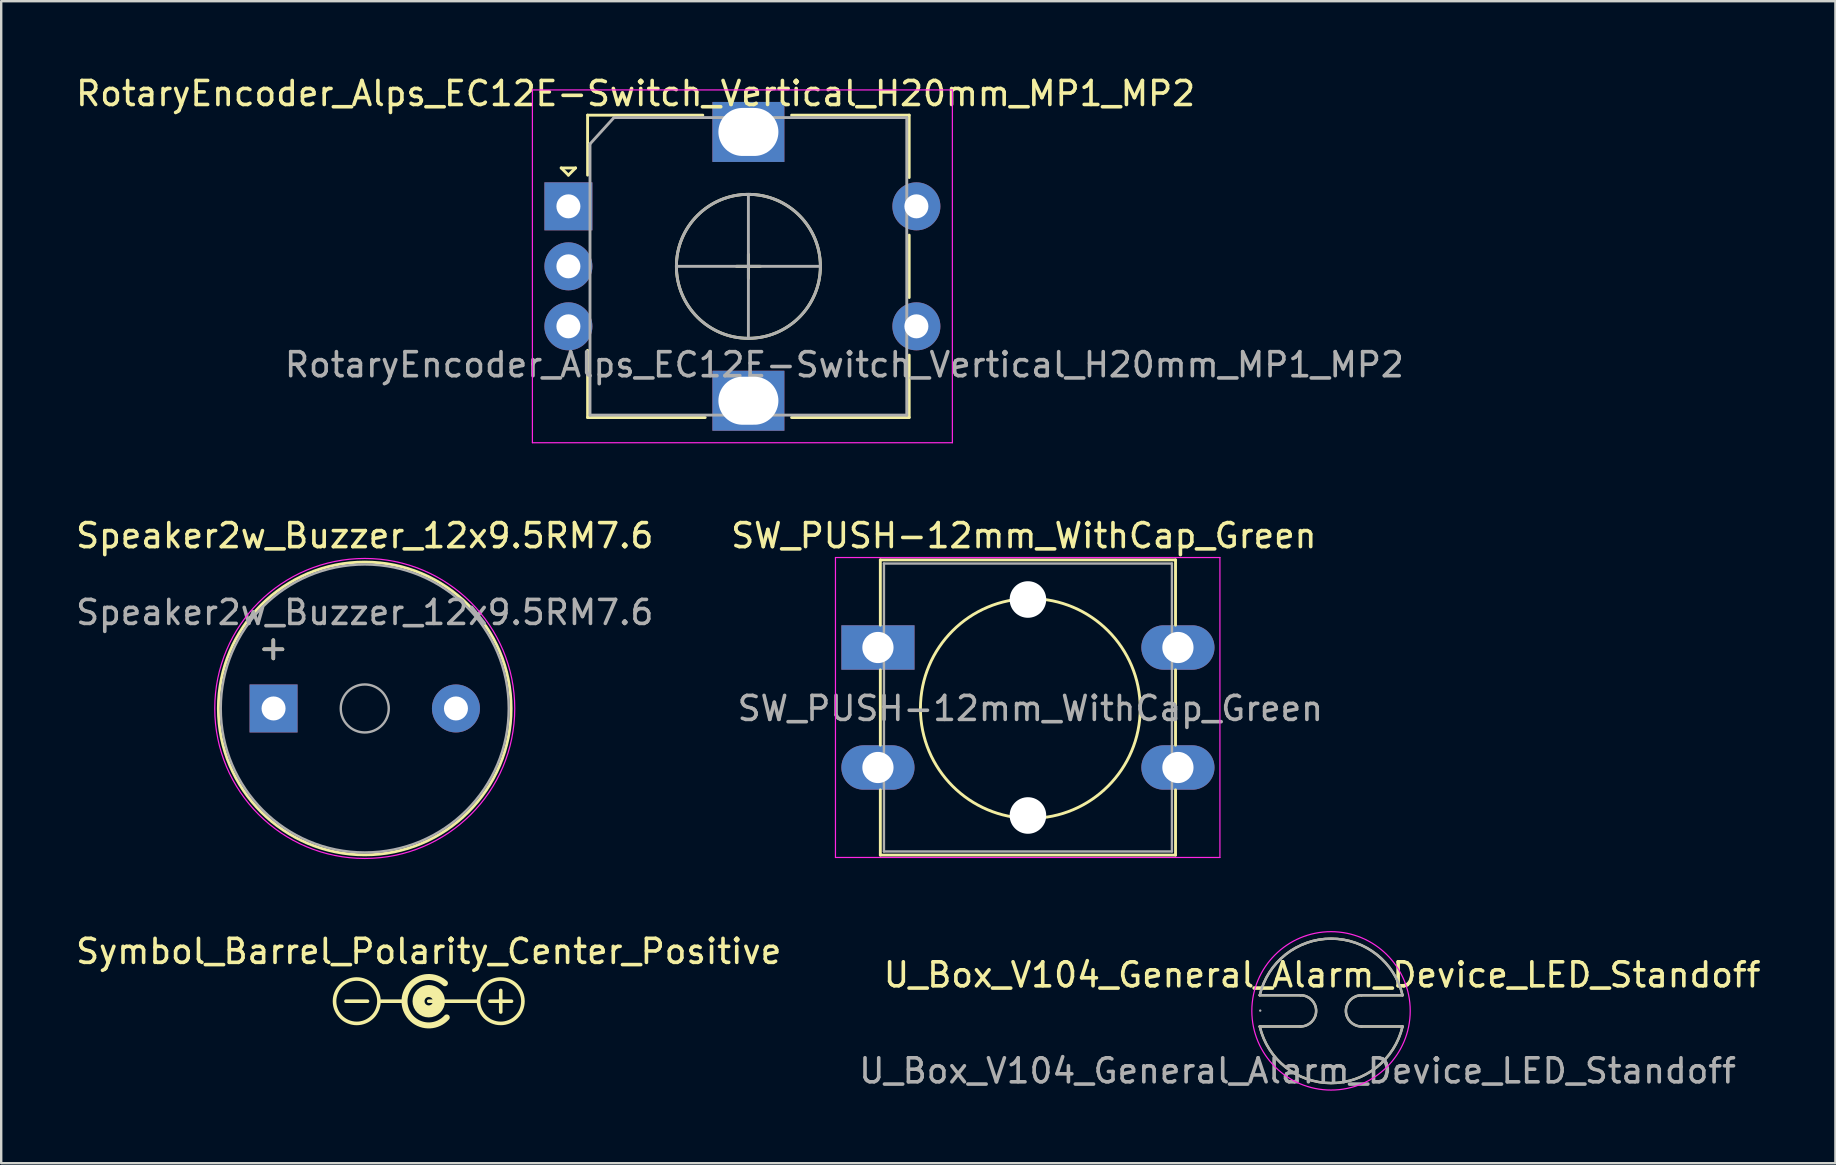
<source format=kicad_pcb>
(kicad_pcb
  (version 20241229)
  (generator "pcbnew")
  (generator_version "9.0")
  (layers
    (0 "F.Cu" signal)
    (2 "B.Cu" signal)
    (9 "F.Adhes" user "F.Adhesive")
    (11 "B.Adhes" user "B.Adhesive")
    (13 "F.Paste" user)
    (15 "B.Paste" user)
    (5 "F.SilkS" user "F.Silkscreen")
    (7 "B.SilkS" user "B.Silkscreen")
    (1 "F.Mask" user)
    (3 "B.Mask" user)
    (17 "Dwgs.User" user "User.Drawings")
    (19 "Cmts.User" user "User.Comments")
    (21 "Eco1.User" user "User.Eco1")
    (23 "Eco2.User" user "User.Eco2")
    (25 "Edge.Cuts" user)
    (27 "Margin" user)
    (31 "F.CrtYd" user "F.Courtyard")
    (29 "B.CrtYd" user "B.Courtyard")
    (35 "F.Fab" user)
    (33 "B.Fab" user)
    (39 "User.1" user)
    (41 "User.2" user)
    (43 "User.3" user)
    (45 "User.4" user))
  (footprint "Speaker2w_Buzzer_12x9.5RM7.6"
    (layer "F.Cu")
    (at 8.349 26.471)
    (property "Reference" "Speaker2w_Buzzer_12x9.5RM7.6" (at 3.8 -7.2 0) (layer "F.SilkS") (effects (font (size 1 1) (thickness 0.15))))
    (attr through_hole)
    (fp_circle (center 3.8 0) (end 9.9 0) (stroke (width 0.12) (type solid)) (fill no) (layer "F.SilkS"))
    (fp_circle (center 3.8 0) (end 10.05 0) (stroke (width 0.05) (type solid)) (fill no) (layer "F.CrtYd"))
    (fp_circle (center 3.8 0) (end 4.8 0) (stroke (width 0.1) (type solid)) (fill no) (layer "F.Fab"))
    (fp_circle (center 3.8 0) (end 9.8 0) (stroke (width 0.1) (type solid)) (fill no) (layer "F.Fab"))
    (fp_text user "+" (at -0.01 -2.54 0) (layer "F.SilkS") (effects (font (size 1 1) (thickness 0.15))))
    (fp_text user "+" (at -0.01 -2.54 0) (layer "F.Fab") (effects (font (size 1 1) (thickness 0.15))))
    (fp_text user "${REFERENCE}" (at 3.8 -4 0) (layer "F.Fab") (effects (font (size 1 1) (thickness 0.15))))
    (pad "1" thru_hole rect (at 0 0) (size 2 2) (drill 1) (layers "*.Cu" "*.Mask"))
    (pad "2" thru_hole circle (at 7.6 0) (size 2 2) (drill 1) (layers "*.Cu" "*.Mask")))
  (footprint "RotaryEncoder_Alps_EC12E-Switch_Vertical_H20mm_MP1_MP2"
    (layer "F.Cu")
    (at 20.635 5.548)
    (property "Reference" "RotaryEncoder_Alps_EC12E-Switch_Vertical_H20mm_MP1_MP2" (at 2.8 -4.7 0) (layer "F.SilkS") (effects (font (size 1 1) (thickness 0.15))))
    (attr through_hole)
    (fp_line (start -0.3 -1.6) (end 0.3 -1.6) (stroke (width 0.12) (type solid)) (layer "F.SilkS"))
    (fp_line (start 0 -1.3) (end -0.3 -1.6) (stroke (width 0.12) (type solid)) (layer "F.SilkS"))
    (fp_line (start 0.3 -1.6) (end 0 -1.3) (stroke (width 0.12) (type solid)) (layer "F.SilkS"))
    (fp_line (start 0.8 -3.8) (end 0.8 -1.3) (stroke (width 0.12) (type solid)) (layer "F.SilkS"))
    (fp_line (start 0.8 8.8) (end 0.8 6) (stroke (width 0.12) (type solid)) (layer "F.SilkS"))
    (fp_line (start 5.6 -3.8) (end 0.8 -3.8) (stroke (width 0.12) (type solid)) (layer "F.SilkS"))
    (fp_line (start 5.7 8.8) (end 0.8 8.8) (stroke (width 0.12) (type solid)) (layer "F.SilkS"))
    (fp_line (start 7 2.5) (end 8 2.5) (stroke (width 0.12) (type solid)) (layer "F.SilkS"))
    (fp_line (start 7.5 2) (end 7.5 3) (stroke (width 0.12) (type solid)) (layer "F.SilkS"))
    (fp_line (start 9.3 -3.8) (end 14.2 -3.8) (stroke (width 0.12) (type solid)) (layer "F.SilkS"))
    (fp_line (start 14.2 -3.8) (end 14.2 -1.2) (stroke (width 0.12) (type solid)) (layer "F.SilkS"))
    (fp_line (start 14.2 1.2) (end 14.2 3.8) (stroke (width 0.12) (type solid)) (layer "F.SilkS"))
    (fp_line (start 14.2 6.2) (end 14.2 8.8) (stroke (width 0.12) (type solid)) (layer "F.SilkS"))
    (fp_line (start 14.2 8.8) (end 9.3 8.8) (stroke (width 0.12) (type solid)) (layer "F.SilkS"))
    (fp_circle (center 7.5 2.5) (end 10.5 2.5) (stroke (width 0.12) (type solid)) (fill no) (layer "F.SilkS"))
    (fp_line (start -1.5 -4.85) (end -1.5 9.85) (stroke (width 0.05) (type solid)) (layer "F.CrtYd"))
    (fp_line (start -1.5 -4.85) (end 16 -4.85) (stroke (width 0.05) (type solid)) (layer "F.CrtYd"))
    (fp_line (start 16 9.85) (end -1.5 9.85) (stroke (width 0.05) (type solid)) (layer "F.CrtYd"))
    (fp_line (start 16 9.85) (end 16 -4.85) (stroke (width 0.05) (type solid)) (layer "F.CrtYd"))
    (fp_line (start 0.9 -2.6) (end 1.9 -3.7) (stroke (width 0.12) (type solid)) (layer "F.Fab"))
    (fp_line (start 0.9 8.7) (end 0.9 -2.6) (stroke (width 0.12) (type solid)) (layer "F.Fab"))
    (fp_line (start 1.9 -3.7) (end 14.1 -3.7) (stroke (width 0.12) (type solid)) (layer "F.Fab"))
    (fp_line (start 4.5 2.5) (end 10.5 2.5) (stroke (width 0.12) (type solid)) (layer "F.Fab"))
    (fp_line (start 7.5 -0.5) (end 7.5 5.5) (stroke (width 0.12) (type solid)) (layer "F.Fab"))
    (fp_line (start 14.1 -3.7) (end 14.1 8.7) (stroke (width 0.12) (type solid)) (layer "F.Fab"))
    (fp_line (start 14.1 8.7) (end 0.9 8.7) (stroke (width 0.12) (type solid)) (layer "F.Fab"))
    (fp_circle (center 7.5 2.5) (end 10.5 2.5) (stroke (width 0.12) (type solid)) (fill no) (layer "F.Fab"))
    (fp_text user "${REFERENCE}" (at 11.5 6.6 0) (layer "F.Fab") (effects (font (size 1 1) (thickness 0.15))))
    (pad "A" thru_hole rect (at 0 0) (size 2 2) (drill 1) (layers "*.Cu" "*.Mask"))
    (pad "B" thru_hole circle (at 0 5) (size 2 2) (drill 1) (layers "*.Cu" "*.Mask"))
    (pad "C" thru_hole circle (at 0 2.5) (size 2 2) (drill 1) (layers "*.Cu" "*.Mask"))
    (pad "MP1" thru_hole rect (at 7.5 8.1) (size 3 2.5) (drill oval 2.5 2) (layers "*.Cu" "*.Mask"))
    (pad "MP2" thru_hole rect (at 7.5 -3.1) (size 3 2.5) (drill oval 2.5 2) (layers "*.Cu" "*.Mask"))
    (pad "S1" thru_hole circle (at 14.5 0) (size 2 2) (drill 1) (layers "*.Cu" "*.Mask"))
    (pad "S2" thru_hole circle (at 14.5 5) (size 2 2) (drill 1) (layers "*.Cu" "*.Mask")))
  (footprint "SW_PUSH-12mm_WithCap_Green"
    (layer "F.Cu")
    (at 33.533 23.931)
    (property "Reference" "SW_PUSH-12mm_WithCap_Green" (at 6.08 -4.66 0) (layer "F.SilkS") (effects (font (size 1 1) (thickness 0.15))))
    (attr through_hole)
    (fp_line (start 0.1 -3.65) (end 12.4 -3.65) (stroke (width 0.12) (type solid)) (layer "F.SilkS"))
    (fp_line (start 0.1 -0.93) (end 0.1 -3.65) (stroke (width 0.12) (type solid)) (layer "F.SilkS"))
    (fp_line (start 0.1 4.07) (end 0.1 0.93) (stroke (width 0.12) (type solid)) (layer "F.SilkS"))
    (fp_line (start 0.1 8.65) (end 0.1 5.93) (stroke (width 0.12) (type solid)) (layer "F.SilkS"))
    (fp_line (start 12.4 -3.65) (end 12.4 -0.93) (stroke (width 0.12) (type solid)) (layer "F.SilkS"))
    (fp_line (start 12.4 0.93) (end 12.4 4.07) (stroke (width 0.12) (type solid)) (layer "F.SilkS"))
    (fp_line (start 12.4 5.93) (end 12.4 8.65) (stroke (width 0.12) (type solid)) (layer "F.SilkS"))
    (fp_line (start 12.4 8.65) (end 0.1 8.65) (stroke (width 0.12) (type solid)) (layer "F.SilkS"))
    (fp_circle (center 6.35 2.54) (end 10.16 5.08) (stroke (width 0.12) (type solid)) (fill no) (layer "F.SilkS"))
    (fp_line (start -1.77 -3.75) (end -1.77 8.75) (stroke (width 0.05) (type solid)) (layer "F.CrtYd"))
    (fp_line (start -1.77 -3.75) (end 14.25 -3.75) (stroke (width 0.05) (type solid)) (layer "F.CrtYd"))
    (fp_line (start 14.25 8.75) (end -1.77 8.75) (stroke (width 0.05) (type solid)) (layer "F.CrtYd"))
    (fp_line (start 14.25 8.75) (end 14.25 -3.75) (stroke (width 0.05) (type solid)) (layer "F.CrtYd"))
    (fp_line (start 0.25 -3.5) (end 0.25 8.5) (stroke (width 0.1) (type solid)) (layer "F.Fab"))
    (fp_line (start 0.25 -3.5) (end 12.25 -3.5) (stroke (width 0.1) (type solid)) (layer "F.Fab"))
    (fp_line (start 0.25 8.5) (end 12.25 8.5) (stroke (width 0.1) (type solid)) (layer "F.Fab"))
    (fp_line (start 12.25 -3.5) (end 12.25 8.5) (stroke (width 0.1) (type solid)) (layer "F.Fab"))
    (fp_text user "${REFERENCE}" (at 6.35 2.54 0) (layer "F.Fab") (effects (font (size 1 1) (thickness 0.15))))
    (pad "" np_thru_hole circle (at 6.25 -2) (size 1.524 1.524) (drill 1.8) (layers "*.Cu" "*.Mask"))
    (pad "" np_thru_hole circle (at 6.25 7) (size 1.524 1.524) (drill 1.8) (layers "*.Cu" "*.Mask"))
    (pad "1" thru_hole rect (at 0 0) (size 3.048 1.85) (drill 1.3) (layers "*.Cu" "*.Mask"))
    (pad "2" thru_hole oval (at 12.5 0) (size 3.048 1.85) (drill 1.3) (layers "*.Cu" "*.Mask"))
    (pad "3" thru_hole oval (at 0 5) (size 3.048 1.85) (drill 1.3) (layers "*.Cu" "*.Mask"))
    (pad "4" thru_hole oval (at 12.5 5) (size 3.048 1.85) (drill 1.3) (layers "*.Cu" "*.Mask")))
  (footprint "Symbol_Barrel_Polarity_Center_Positive"
    (layer "F.Cu")
    (at 14.815 38.595)
    (property "Reference" "Symbol_Barrel_Polarity_Center_Positive" (at 0 -2 0) (layer "F.SilkS") (effects (font (size 1 1) (thickness 0.15))))
    (attr exclude_from_pos_files exclude_from_bom)
    (fp_line (start -3.45 0.075) (end -2.55 0.075) (stroke (width 0.15) (type solid)) (layer "F.SilkS"))
    (fp_line (start -2 0.075) (end -1.1 0.075) (stroke (width 0.15) (type solid)) (layer "F.SilkS"))
    (fp_line (start 0 0.075) (end 2 0.075) (stroke (width 0.15) (type solid)) (layer "F.SilkS"))
    (fp_line (start 2.55 0.075) (end 3.45 0.075) (stroke (width 0.15) (type solid)) (layer "F.SilkS"))
    (fp_line (start 3 0.525) (end 3 -0.375) (stroke (width 0.15) (type solid)) (layer "F.SilkS"))
    (fp_arc (start 0.75 0.75) (mid -1.007627 0.128033) (end 0.675 -0.675) (stroke (width 0.25) (type solid)) (layer "F.SilkS"))
    (fp_circle (center -3 0.075) (end -3 1) (stroke (width 0.15) (type solid)) (fill no) (layer "F.SilkS"))
    (fp_circle (center 0 0.075) (end 0 0.25) (stroke (width 0.5) (type solid)) (fill no) (layer "F.SilkS"))
    (fp_circle (center 3 0.075) (end 3 1) (stroke (width 0.15) (type solid)) (fill no) (layer "F.SilkS")))
  (footprint "U_Box_V104_General_Alarm_Device_LED_Standoff"
    (layer "F.Cu")
    (at 51.143 39.072)
    (property "Reference" "U_Box_V104_General_Alarm_Device_LED_Standoff" (at 0.9 -1.5 0) (unlocked yes) (layer "F.SilkS") (effects (font (size 1 1) (thickness 0.15))))
    (attr smd)
    (fp_line (start 0 -0.65) (end -1.7 -0.65) (stroke (width 0.1) (type default)) (layer "F.SilkS"))
    (fp_line (start 0 0.65) (end -1.7 0.65) (stroke (width 0.1) (type default)) (layer "F.SilkS"))
    (fp_line (start 2.54 -0.65) (end 4.25 -0.65) (stroke (width 0.1) (type default)) (layer "F.SilkS"))
    (fp_line (start 2.54 0.65) (end 4.25 0.65) (stroke (width 0.1) (type default)) (layer "F.SilkS"))
    (fp_arc (start -1.7 -0.65) (mid 1.275 -3.00945) (end 4.25 -0.65) (stroke (width 0.1) (type default)) (layer "F.SilkS"))
    (fp_arc (start 0 -0.65) (mid 0.65 0) (end 0 0.65) (stroke (width 0.1) (type default)) (layer "F.SilkS"))
    (fp_arc (start 2.54 0.65) (mid 1.89 0) (end 2.54 -0.65) (stroke (width 0.1) (type default)) (layer "F.SilkS"))
    (fp_arc (start 4.25 0.65) (mid 1.275 3.00945) (end -1.7 0.65) (stroke (width 0.1) (type default)) (layer "F.SilkS"))
    (fp_circle (center 1.27 0) (end -2.03 0) (stroke (width 0.05) (type solid)) (fill no) (layer "F.CrtYd"))
    (fp_line (start -1.68 -0.01) (end -1.68 -0.01) (stroke (width 0.1) (type solid)) (layer "F.Fab"))
    (fp_line (start 0 -0.65) (end -1.7 -0.65) (stroke (width 0.1) (type default)) (layer "F.Fab"))
    (fp_line (start 0 0.65) (end -1.7 0.65) (stroke (width 0.1) (type default)) (layer "F.Fab"))
    (fp_line (start 2.54 -0.65) (end 4.25 -0.65) (stroke (width 0.1) (type default)) (layer "F.Fab"))
    (fp_line (start 2.54 0.65) (end 4.25 0.65) (stroke (width 0.1) (type default)) (layer "F.Fab"))
    (fp_arc (start -1.7 -0.65) (mid 1.275 -3.00945) (end 4.25 -0.65) (stroke (width 0.1) (type default)) (layer "F.Fab"))
    (fp_arc (start 0 -0.65) (mid 0.65 0) (end 0 0.65) (stroke (width 0.1) (type default)) (layer "F.Fab"))
    (fp_arc (start 2.54 0.65) (mid 1.89 0) (end 2.54 -0.65) (stroke (width 0.1) (type default)) (layer "F.Fab"))
    (fp_arc (start 4.25 0.65) (mid 1.275 3.00945) (end -1.7 0.65) (stroke (width 0.1) (type default)) (layer "F.Fab"))
    (fp_text user "${REFERENCE}" (at -0.125 2.5 0) (unlocked yes) (layer "F.Fab") (effects (font (size 1 1) (thickness 0.15)))))
  (gr_rect
    (start -3 -3)
    (end 73.43 45.42)
    (stroke (width 0.1) (type default))
    (fill no)
    (layer "Edge.Cuts")))
</source>
